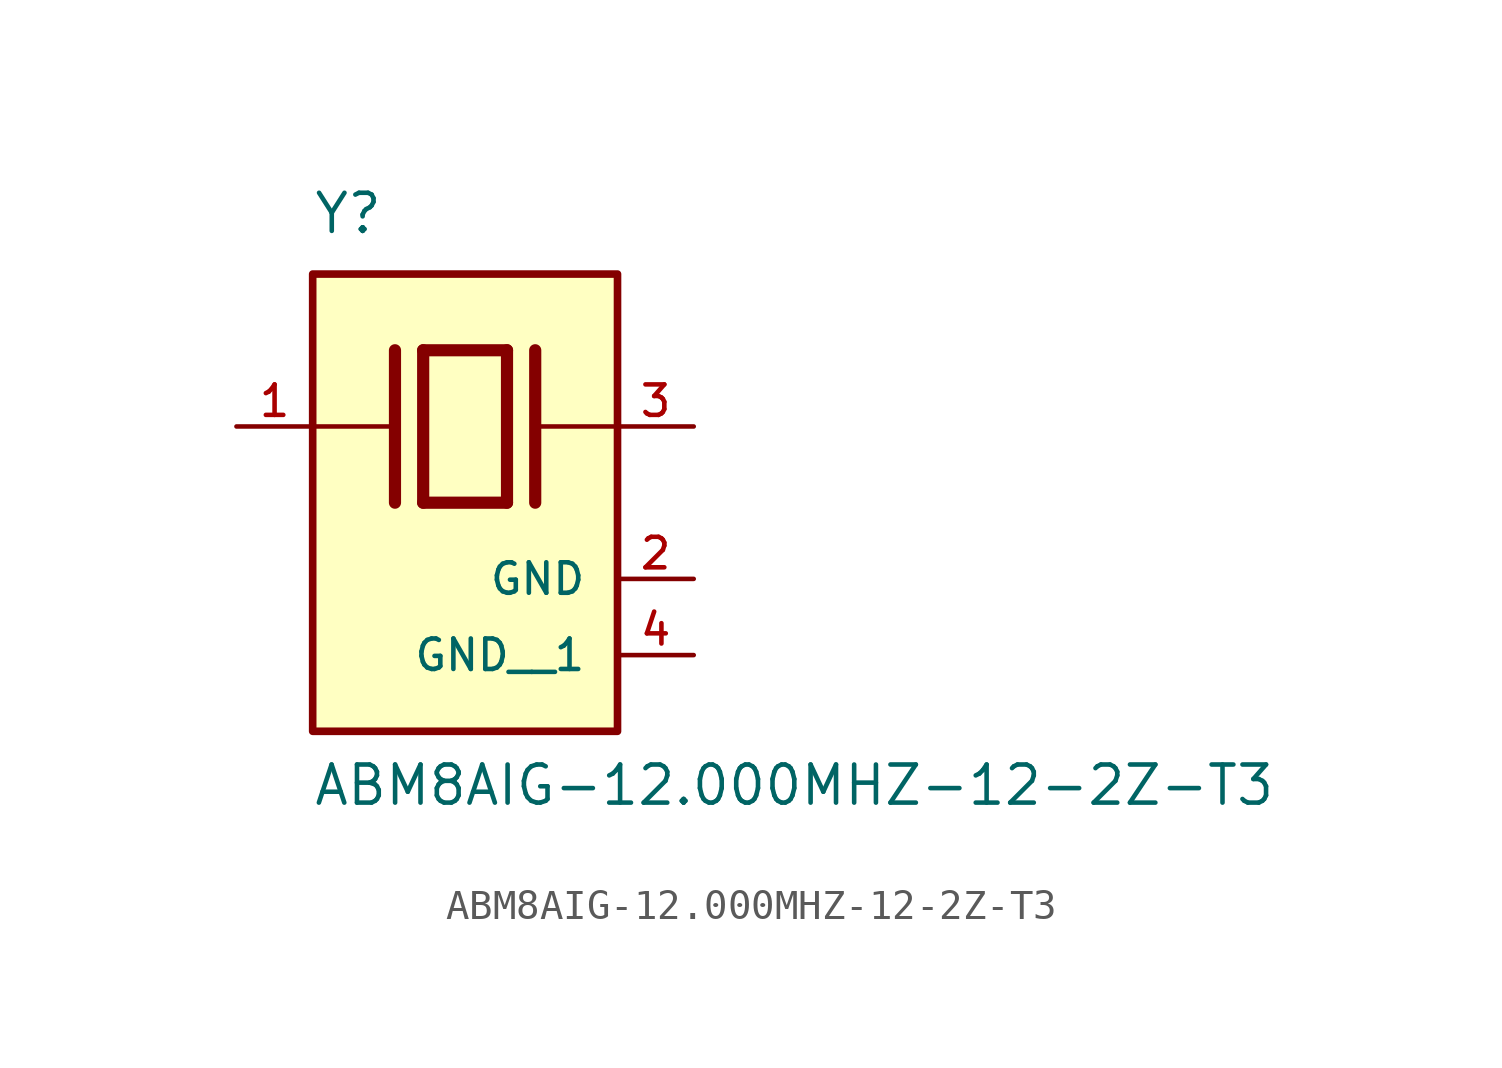
<source format=kicad_sym>
(kicad_symbol_lib
  (version 20211014)
  (generator kicad_symbol_editor)
  (symbol "ABM8AIG-12.000MHZ-12-2Z-T3"
    (pin_names
      (offset 1.016))
    (property "Reference" "Y"
      (at -5.088 6.356 0)
      (effects (font (size 1.27 1.27)) (justify bottom left)))
    (property "Value" "ABM8AIG-12.000MHZ-12-2Z-T3"
      (at -5.094 -12.7 0)
      (effects (font (size 1.27 1.27)) (justify bottom left)))
    (symbol "ABM8AIG-12.000MHZ-12-2Z-T3_0_0"
      (polyline (pts (xy -1.397 2.54) (xy 1.397 2.54)) (stroke (width 0.406)))
      (polyline (pts (xy 1.397 2.54) (xy 1.397 -2.54)) (stroke (width 0.406)))
      (polyline (pts (xy 1.397 -2.54) (xy -1.397 -2.54)) (stroke (width 0.406)))
      (polyline (pts (xy -1.397 2.54) (xy -1.397 -2.54)) (stroke (width 0.406)))
      (polyline (pts (xy 2.337 2.54) (xy 2.337 -2.54)) (stroke (width 0.406)))
      (polyline (pts (xy -2.337 2.54) (xy -2.337 -2.54)) (stroke (width 0.406)))
      (polyline (pts (xy -5.08 0.0) (xy -2.54 0.0)) (stroke (width 0.152)))
      (polyline (pts (xy 2.54 0.0) (xy 5.08 0.0)) (stroke (width 0.152)))
      (rectangle (start -5.08 -10.16) (end 5.08 5.08) (stroke (width 0.254)) (fill (type background)))
      (pin passive line (at 7.62 0.0 180.0) (length 2.54) (name "~" (effects (font (size 1.016 1.016)))) (number "3" (effects (font (size 1.016 1.016)))))
      (pin passive line (at -7.62 0.0 0) (length 2.54) (name "~" (effects (font (size 1.016 1.016)))) (number "1" (effects (font (size 1.016 1.016)))))
      (pin power_in line (at 7.62 -5.08 180.0) (length 2.54) (name "GND" (effects (font (size 1.016 1.016)))) (number "2" (effects (font (size 1.016 1.016)))))
      (pin power_in line (at 7.62 -7.62 180.0) (length 2.54) (name "GND__1" (effects (font (size 1.016 1.016)))) (number "4" (effects (font (size 1.016 1.016))))))))
</source>
